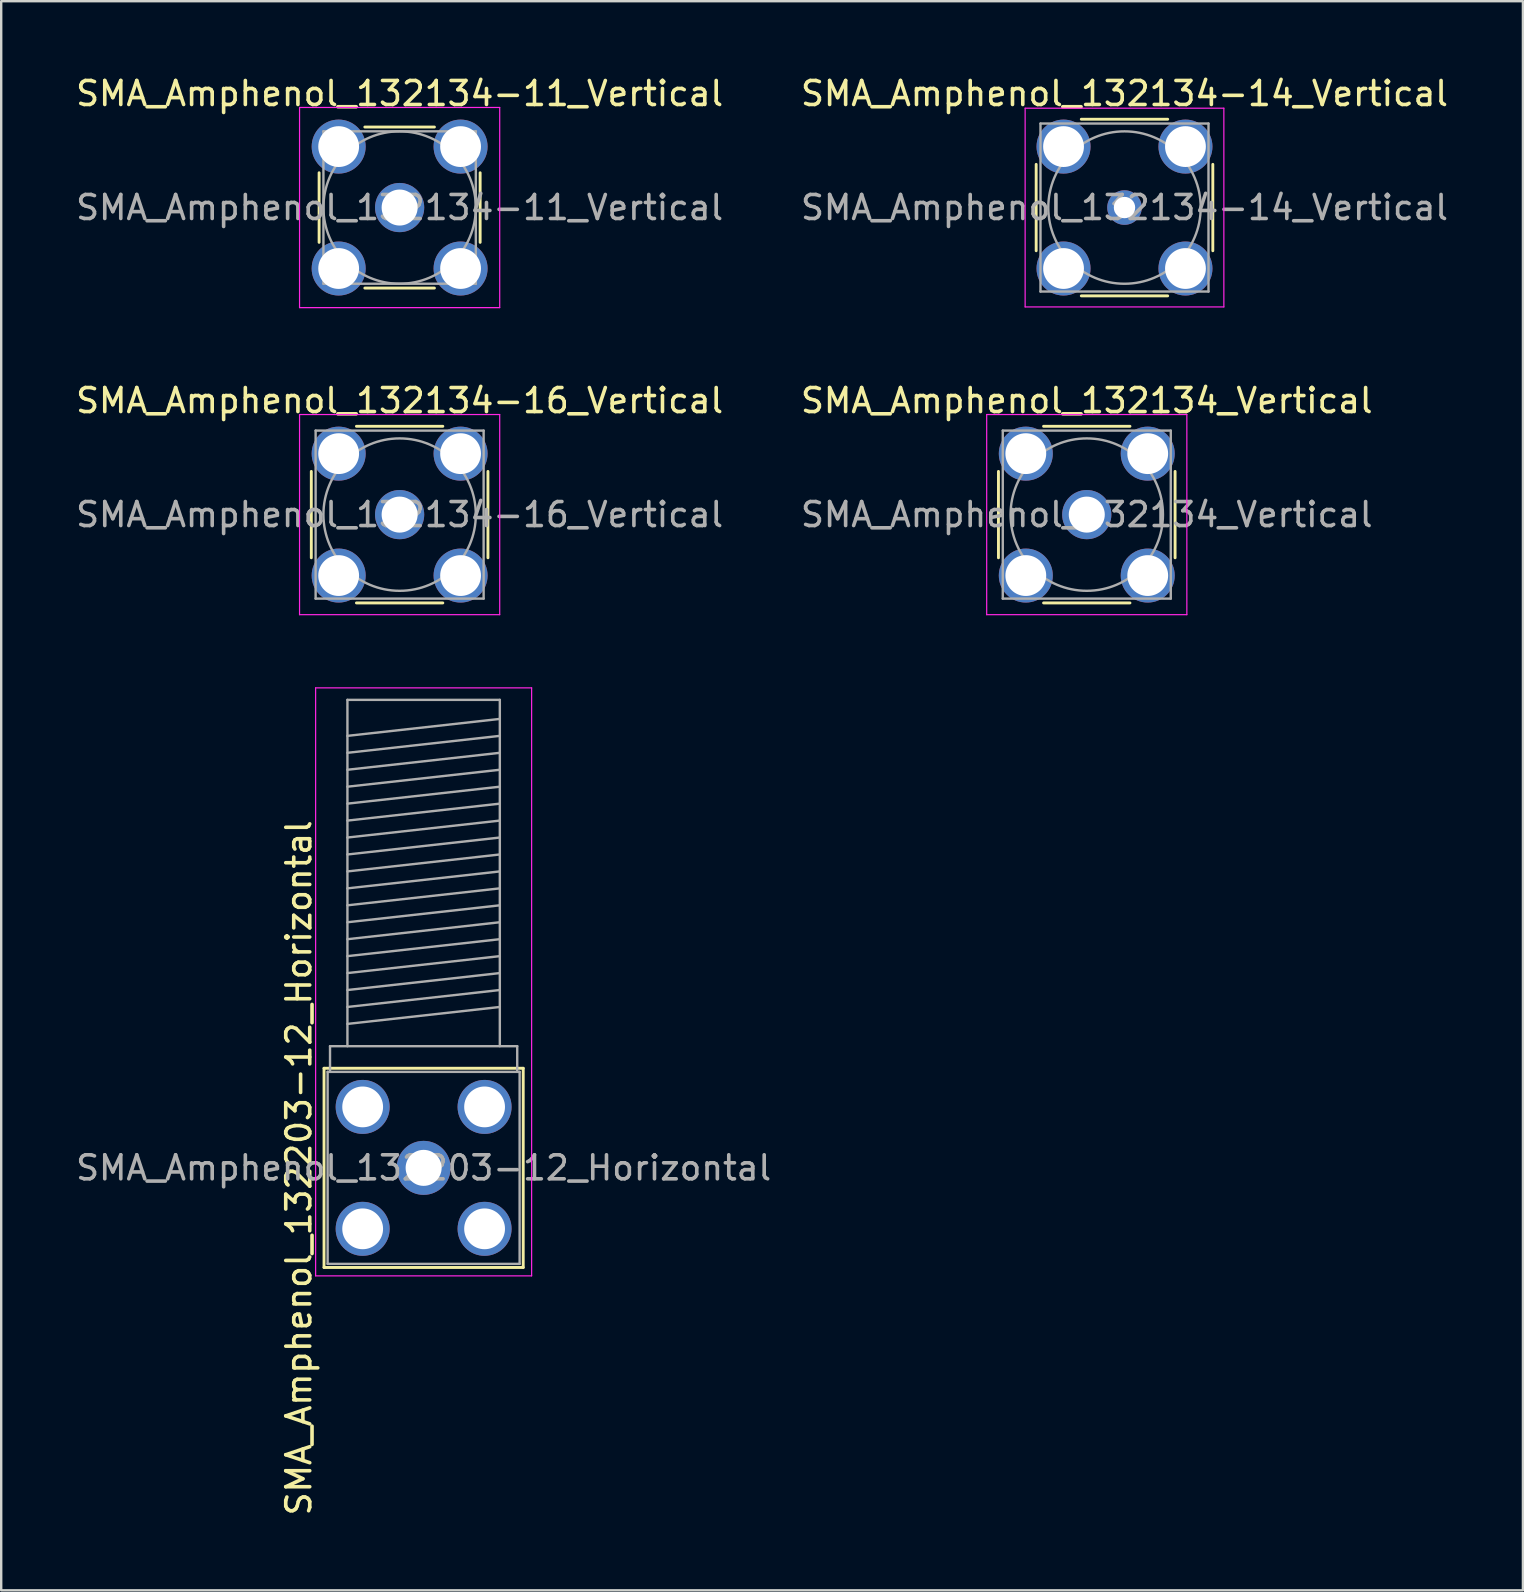
<source format=kicad_pcb>
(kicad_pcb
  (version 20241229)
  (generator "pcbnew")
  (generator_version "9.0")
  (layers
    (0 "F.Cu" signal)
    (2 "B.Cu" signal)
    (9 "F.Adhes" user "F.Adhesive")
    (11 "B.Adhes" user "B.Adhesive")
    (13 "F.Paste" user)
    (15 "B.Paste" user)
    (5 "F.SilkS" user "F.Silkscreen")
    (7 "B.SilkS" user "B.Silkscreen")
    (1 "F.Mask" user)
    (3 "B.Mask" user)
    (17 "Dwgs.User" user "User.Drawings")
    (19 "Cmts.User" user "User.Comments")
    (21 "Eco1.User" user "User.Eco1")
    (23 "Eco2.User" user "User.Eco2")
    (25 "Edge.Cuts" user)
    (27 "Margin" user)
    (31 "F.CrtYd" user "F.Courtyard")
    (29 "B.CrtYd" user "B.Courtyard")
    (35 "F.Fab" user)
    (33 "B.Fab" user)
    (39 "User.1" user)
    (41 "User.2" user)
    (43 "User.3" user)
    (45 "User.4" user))
  (footprint "SMA_Amphenol_132134-16_Vertical"
    (layer "F.Cu")
    (at 13.601 18.392)
    (property "Reference" "SMA_Amphenol_132134-16_Vertical" (at 0 -4.75 0) (layer "F.SilkS") (effects (font (size 1 1) (thickness 0.15))))
    (attr through_hole)
    (fp_line (start -3.68 -1.8) (end -3.68 1.8) (stroke (width 0.12) (type solid)) (layer "F.SilkS"))
    (fp_line (start -1.8 -3.68) (end 1.8 -3.68) (stroke (width 0.12) (type solid)) (layer "F.SilkS"))
    (fp_line (start -1.8 3.68) (end 1.8 3.68) (stroke (width 0.12) (type solid)) (layer "F.SilkS"))
    (fp_line (start 3.68 -1.8) (end 3.68 1.8) (stroke (width 0.12) (type solid)) (layer "F.SilkS"))
    (fp_line (start -4.17 -4.17) (end -4.17 4.17) (stroke (width 0.05) (type solid)) (layer "F.CrtYd"))
    (fp_line (start -4.17 -4.17) (end 4.17 -4.17) (stroke (width 0.05) (type solid)) (layer "F.CrtYd"))
    (fp_line (start 4.17 4.17) (end -4.17 4.17) (stroke (width 0.05) (type solid)) (layer "F.CrtYd"))
    (fp_line (start 4.17 4.17) (end 4.17 -4.17) (stroke (width 0.05) (type solid)) (layer "F.CrtYd"))
    (fp_line (start -3.5 -3.5) (end -3.5 3.5) (stroke (width 0.1) (type solid)) (layer "F.Fab"))
    (fp_line (start -3.5 -3.5) (end 3.5 -3.5) (stroke (width 0.1) (type solid)) (layer "F.Fab"))
    (fp_line (start -3.5 3.5) (end 3.5 3.5) (stroke (width 0.1) (type solid)) (layer "F.Fab"))
    (fp_line (start 3.5 -3.5) (end 3.5 3.5) (stroke (width 0.1) (type solid)) (layer "F.Fab"))
    (fp_circle (center 0 0) (end 3.175 0) (stroke (width 0.1) (type solid)) (fill no) (layer "F.Fab"))
    (fp_text user "${REFERENCE}" (at 0 0 0) (layer "F.Fab") (effects (font (size 1 1) (thickness 0.15))))
    (pad "1" thru_hole circle (at 0 0) (size 2.05 2.05) (drill 1.5) (layers "*.Cu" "*.Mask"))
    (pad "2" thru_hole circle (at -2.54 -2.54) (size 2.25 2.25) (drill 1.7) (layers "*.Cu" "*.Mask"))
    (pad "2" thru_hole circle (at -2.54 2.54) (size 2.25 2.25) (drill 1.7) (layers "*.Cu" "*.Mask"))
    (pad "2" thru_hole circle (at 2.54 -2.54) (size 2.25 2.25) (drill 1.7) (layers "*.Cu" "*.Mask"))
    (pad "2" thru_hole circle (at 2.54 2.54) (size 2.25 2.25) (drill 1.7) (layers "*.Cu" "*.Mask")))
  (footprint "SMA_Amphenol_132203-12_Horizontal"
    (layer "F.Cu")
    (at 14.601 45.611)
    (property "Reference" "SMA_Amphenol_132203-12_Horizontal" (at -5.2 0 90) (layer "F.SilkS") (effects (font (size 1 1) (thickness 0.15))))
    (attr through_hole)
    (fp_line (start -4.15 -4.15) (end -4.15 4.15) (stroke (width 0.12) (type solid)) (layer "F.SilkS"))
    (fp_line (start -4.15 -4.15) (end 4.15 -4.15) (stroke (width 0.12) (type solid)) (layer "F.SilkS"))
    (fp_line (start -4.15 4.15) (end 4.15 4.15) (stroke (width 0.12) (type solid)) (layer "F.SilkS"))
    (fp_line (start 4.15 -4.15) (end 4.15 4.15) (stroke (width 0.12) (type solid)) (layer "F.SilkS"))
    (fp_line (start -4.5 -20) (end -4.5 4.5) (stroke (width 0.05) (type solid)) (layer "F.CrtYd"))
    (fp_line (start -4.5 -20) (end 4.5 -20) (stroke (width 0.05) (type solid)) (layer "F.CrtYd"))
    (fp_line (start 4.5 4.5) (end -4.5 4.5) (stroke (width 0.05) (type solid)) (layer "F.CrtYd"))
    (fp_line (start 4.5 4.5) (end 4.5 -20) (stroke (width 0.05) (type solid)) (layer "F.CrtYd"))
    (fp_line (start -4 -4) (end -4 4) (stroke (width 0.1) (type solid)) (layer "F.Fab"))
    (fp_line (start -4 -4) (end 4 -4) (stroke (width 0.1) (type solid)) (layer "F.Fab"))
    (fp_line (start -4 4) (end 4 4) (stroke (width 0.1) (type solid)) (layer "F.Fab"))
    (fp_line (start -3.9 -5.07) (end -3.9 -4) (stroke (width 0.1) (type solid)) (layer "F.Fab"))
    (fp_line (start -3.175 -19.5) (end -3.175 -5.07) (stroke (width 0.1) (type solid)) (layer "F.Fab"))
    (fp_line (start -3.175 -19.5) (end 3.175 -19.5) (stroke (width 0.1) (type solid)) (layer "F.Fab"))
    (fp_line (start -3.175 -18) (end 3.175 -18.706) (stroke (width 0.1) (type solid)) (layer "F.Fab"))
    (fp_line (start -3.175 -17.294) (end 3.175 -18) (stroke (width 0.1) (type solid)) (layer "F.Fab"))
    (fp_line (start -3.175 -16.588) (end 3.175 -17.294) (stroke (width 0.1) (type solid)) (layer "F.Fab"))
    (fp_line (start -3.175 -15.882) (end 3.175 -16.588) (stroke (width 0.1) (type solid)) (layer "F.Fab"))
    (fp_line (start -3.175 -15.176) (end 3.175 -15.882) (stroke (width 0.1) (type solid)) (layer "F.Fab"))
    (fp_line (start -3.175 -14.47) (end 3.175 -15.176) (stroke (width 0.1) (type solid)) (layer "F.Fab"))
    (fp_line (start -3.175 -13.764) (end 3.175 -14.47) (stroke (width 0.1) (type solid)) (layer "F.Fab"))
    (fp_line (start -3.175 -13.058) (end 3.175 -13.764) (stroke (width 0.1) (type solid)) (layer "F.Fab"))
    (fp_line (start -3.175 -12.352) (end 3.175 -13.058) (stroke (width 0.1) (type solid)) (layer "F.Fab"))
    (fp_line (start -3.175 -11.646) (end 3.175 -12.352) (stroke (width 0.1) (type solid)) (layer "F.Fab"))
    (fp_line (start -3.175 -10.94) (end 3.175 -11.646) (stroke (width 0.1) (type solid)) (layer "F.Fab"))
    (fp_line (start -3.175 -10.234) (end 3.175 -10.94) (stroke (width 0.1) (type solid)) (layer "F.Fab"))
    (fp_line (start -3.175 -9.528) (end 3.175 -10.234) (stroke (width 0.1) (type solid)) (layer "F.Fab"))
    (fp_line (start -3.175 -8.822) (end 3.175 -9.528) (stroke (width 0.1) (type solid)) (layer "F.Fab"))
    (fp_line (start -3.175 -8.116) (end 3.175 -8.822) (stroke (width 0.1) (type solid)) (layer "F.Fab"))
    (fp_line (start -3.175 -7.41) (end 3.175 -8.116) (stroke (width 0.1) (type solid)) (layer "F.Fab"))
    (fp_line (start -3.175 -6.704) (end 3.175 -7.41) (stroke (width 0.1) (type solid)) (layer "F.Fab"))
    (fp_line (start -3.175 -5.998) (end 3.175 -6.704) (stroke (width 0.1) (type solid)) (layer "F.Fab"))
    (fp_line (start 3.175 -19.5) (end 3.175 -5.07) (stroke (width 0.1) (type solid)) (layer "F.Fab"))
    (fp_line (start 3.9 -5.07) (end -3.9 -5.07) (stroke (width 0.1) (type solid)) (layer "F.Fab"))
    (fp_line (start 3.9 -4) (end 3.9 -5.07) (stroke (width 0.1) (type solid)) (layer "F.Fab"))
    (fp_line (start 4 -4) (end 4 4) (stroke (width 0.1) (type solid)) (layer "F.Fab"))
    (fp_text user "${REFERENCE}" (at 0 0 0) (layer "F.Fab") (effects (font (size 1 1) (thickness 0.15))))
    (pad "1" thru_hole circle (at 0 0) (size 2.25 2.25) (drill 1.5) (layers "*.Cu" "*.Mask"))
    (pad "2" thru_hole circle (at -2.54 -2.54) (size 2.25 2.25) (drill 1.7) (layers "*.Cu" "*.Mask"))
    (pad "2" thru_hole circle (at -2.54 2.54) (size 2.25 2.25) (drill 1.7) (layers "*.Cu" "*.Mask"))
    (pad "2" thru_hole circle (at 2.54 -2.54) (size 2.25 2.25) (drill 1.7) (layers "*.Cu" "*.Mask"))
    (pad "2" thru_hole circle (at 2.54 2.54 90) (size 2.25 2.25) (drill 1.7) (layers "*.Cu" "*.Mask")))
  (footprint "SMA_Amphenol_132134-14_Vertical"
    (layer "F.Cu")
    (at 43.804 5.598)
    (property "Reference" "SMA_Amphenol_132134-14_Vertical" (at 0 -4.75 0) (layer "F.SilkS") (effects (font (size 1 1) (thickness 0.15))))
    (attr through_hole)
    (fp_line (start -3.68 -1.8) (end -3.68 1.8) (stroke (width 0.12) (type solid)) (layer "F.SilkS"))
    (fp_line (start -1.8 -3.68) (end 1.8 -3.68) (stroke (width 0.12) (type solid)) (layer "F.SilkS"))
    (fp_line (start -1.8 3.68) (end 1.8 3.68) (stroke (width 0.12) (type solid)) (layer "F.SilkS"))
    (fp_line (start 3.68 -1.8) (end 3.68 1.8) (stroke (width 0.12) (type solid)) (layer "F.SilkS"))
    (fp_line (start -4.14 -4.14) (end -4.14 4.14) (stroke (width 0.05) (type solid)) (layer "F.CrtYd"))
    (fp_line (start -4.14 -4.14) (end 4.14 -4.14) (stroke (width 0.05) (type solid)) (layer "F.CrtYd"))
    (fp_line (start 4.14 4.14) (end -4.14 4.14) (stroke (width 0.05) (type solid)) (layer "F.CrtYd"))
    (fp_line (start 4.14 4.14) (end 4.14 -4.14) (stroke (width 0.05) (type solid)) (layer "F.CrtYd"))
    (fp_line (start -3.5 -3.5) (end -3.5 3.5) (stroke (width 0.1) (type solid)) (layer "F.Fab"))
    (fp_line (start -3.5 -3.5) (end 3.5 -3.5) (stroke (width 0.1) (type solid)) (layer "F.Fab"))
    (fp_line (start -3.5 3.5) (end 3.5 3.5) (stroke (width 0.1) (type solid)) (layer "F.Fab"))
    (fp_line (start 3.5 -3.5) (end 3.5 3.5) (stroke (width 0.1) (type solid)) (layer "F.Fab"))
    (fp_circle (center 0 0) (end 3.175 0) (stroke (width 0.1) (type solid)) (fill no) (layer "F.Fab"))
    (fp_text user "${REFERENCE}" (at 0 0 0) (layer "F.Fab") (effects (font (size 1 1) (thickness 0.15))))
    (pad "1" thru_hole circle (at 0 0) (size 1.44 1.44) (drill 0.89) (layers "*.Cu" "*.Mask"))
    (pad "2" thru_hole circle (at -2.54 -2.54) (size 2.25 2.25) (drill 1.7) (layers "*.Cu" "*.Mask"))
    (pad "2" thru_hole circle (at -2.54 2.54) (size 2.25 2.25) (drill 1.7) (layers "*.Cu" "*.Mask"))
    (pad "2" thru_hole circle (at 2.54 -2.54) (size 2.25 2.25) (drill 1.7) (layers "*.Cu" "*.Mask"))
    (pad "2" thru_hole circle (at 2.54 2.54) (size 2.25 2.25) (drill 1.7) (layers "*.Cu" "*.Mask")))
  (footprint "SMA_Amphenol_132134-11_Vertical"
    (layer "F.Cu")
    (at 13.601 5.598)
    (property "Reference" "SMA_Amphenol_132134-11_Vertical" (at 0 -4.75 0) (layer "F.SilkS") (effects (font (size 1 1) (thickness 0.15))))
    (attr through_hole)
    (fp_line (start -3.355 -1.45) (end -3.355 1.45) (stroke (width 0.12) (type solid)) (layer "F.SilkS"))
    (fp_line (start -1.45 -3.355) (end 1.45 -3.355) (stroke (width 0.12) (type solid)) (layer "F.SilkS"))
    (fp_line (start -1.45 3.355) (end 1.45 3.355) (stroke (width 0.12) (type solid)) (layer "F.SilkS"))
    (fp_line (start 3.355 -1.45) (end 3.355 1.45) (stroke (width 0.12) (type solid)) (layer "F.SilkS"))
    (fp_line (start -4.17 -4.17) (end -4.17 4.17) (stroke (width 0.05) (type solid)) (layer "F.CrtYd"))
    (fp_line (start -4.17 -4.17) (end 4.17 -4.17) (stroke (width 0.05) (type solid)) (layer "F.CrtYd"))
    (fp_line (start 4.17 4.17) (end -4.17 4.17) (stroke (width 0.05) (type solid)) (layer "F.CrtYd"))
    (fp_line (start 4.17 4.17) (end 4.17 -4.17) (stroke (width 0.05) (type solid)) (layer "F.CrtYd"))
    (fp_line (start -3.175 -3.175) (end -3.175 3.175) (stroke (width 0.1) (type solid)) (layer "F.Fab"))
    (fp_line (start -3.175 -3.175) (end 3.175 -3.175) (stroke (width 0.1) (type solid)) (layer "F.Fab"))
    (fp_line (start -3.175 3.175) (end 3.175 3.175) (stroke (width 0.1) (type solid)) (layer "F.Fab"))
    (fp_line (start 3.175 -3.175) (end 3.175 3.175) (stroke (width 0.1) (type solid)) (layer "F.Fab"))
    (fp_circle (center 0 0) (end 3.175 0) (stroke (width 0.1) (type solid)) (fill no) (layer "F.Fab"))
    (fp_text user "${REFERENCE}" (at 0 0 0) (layer "F.Fab") (effects (font (size 1 1) (thickness 0.15))))
    (pad "1" thru_hole circle (at 0 0) (size 2.05 2.05) (drill 1.5) (layers "*.Cu" "*.Mask"))
    (pad "2" thru_hole circle (at -2.54 -2.54) (size 2.25 2.25) (drill 1.7) (layers "*.Cu" "*.Mask"))
    (pad "2" thru_hole circle (at -2.54 2.54) (size 2.25 2.25) (drill 1.7) (layers "*.Cu" "*.Mask"))
    (pad "2" thru_hole circle (at 2.54 -2.54) (size 2.25 2.25) (drill 1.7) (layers "*.Cu" "*.Mask"))
    (pad "2" thru_hole circle (at 2.54 2.54) (size 2.25 2.25) (drill 1.7) (layers "*.Cu" "*.Mask")))
  (footprint "SMA_Amphenol_132134_Vertical"
    (layer "F.Cu")
    (at 42.232 18.392)
    (property "Reference" "SMA_Amphenol_132134_Vertical" (at 0 -4.75 0) (layer "F.SilkS") (effects (font (size 1 1) (thickness 0.15))))
    (attr through_hole)
    (fp_line (start -3.68 -1.8) (end -3.68 1.8) (stroke (width 0.12) (type solid)) (layer "F.SilkS"))
    (fp_line (start -1.8 -3.68) (end 1.8 -3.68) (stroke (width 0.12) (type solid)) (layer "F.SilkS"))
    (fp_line (start -1.8 3.68) (end 1.8 3.68) (stroke (width 0.12) (type solid)) (layer "F.SilkS"))
    (fp_line (start 3.68 -1.8) (end 3.68 1.8) (stroke (width 0.12) (type solid)) (layer "F.SilkS"))
    (fp_line (start -4.17 -4.17) (end -4.17 4.17) (stroke (width 0.05) (type solid)) (layer "F.CrtYd"))
    (fp_line (start -4.17 -4.17) (end 4.17 -4.17) (stroke (width 0.05) (type solid)) (layer "F.CrtYd"))
    (fp_line (start 4.17 4.17) (end -4.17 4.17) (stroke (width 0.05) (type solid)) (layer "F.CrtYd"))
    (fp_line (start 4.17 4.17) (end 4.17 -4.17) (stroke (width 0.05) (type solid)) (layer "F.CrtYd"))
    (fp_line (start -3.5 -3.5) (end -3.5 3.5) (stroke (width 0.1) (type solid)) (layer "F.Fab"))
    (fp_line (start -3.5 -3.5) (end 3.5 -3.5) (stroke (width 0.1) (type solid)) (layer "F.Fab"))
    (fp_line (start -3.5 3.5) (end 3.5 3.5) (stroke (width 0.1) (type solid)) (layer "F.Fab"))
    (fp_line (start 3.5 -3.5) (end 3.5 3.5) (stroke (width 0.1) (type solid)) (layer "F.Fab"))
    (fp_circle (center 0 0) (end 3.175 0) (stroke (width 0.1) (type solid)) (fill no) (layer "F.Fab"))
    (fp_text user "${REFERENCE}" (at 0 0 0) (layer "F.Fab") (effects (font (size 1 1) (thickness 0.15))))
    (pad "1" thru_hole circle (at 0 0) (size 2.05 2.05) (drill 1.5) (layers "*.Cu" "*.Mask"))
    (pad "2" thru_hole circle (at -2.54 -2.54) (size 2.25 2.25) (drill 1.7) (layers "*.Cu" "*.Mask"))
    (pad "2" thru_hole circle (at -2.54 2.54) (size 2.25 2.25) (drill 1.7) (layers "*.Cu" "*.Mask"))
    (pad "2" thru_hole circle (at 2.54 -2.54) (size 2.25 2.25) (drill 1.7) (layers "*.Cu" "*.Mask"))
    (pad "2" thru_hole circle (at 2.54 2.54) (size 2.25 2.25) (drill 1.7) (layers "*.Cu" "*.Mask")))
  (gr_rect
    (start -3 -3)
    (end 60.405 63.213)
    (stroke (width 0.1) (type default))
    (fill no)
    (layer "Edge.Cuts")))
</source>
